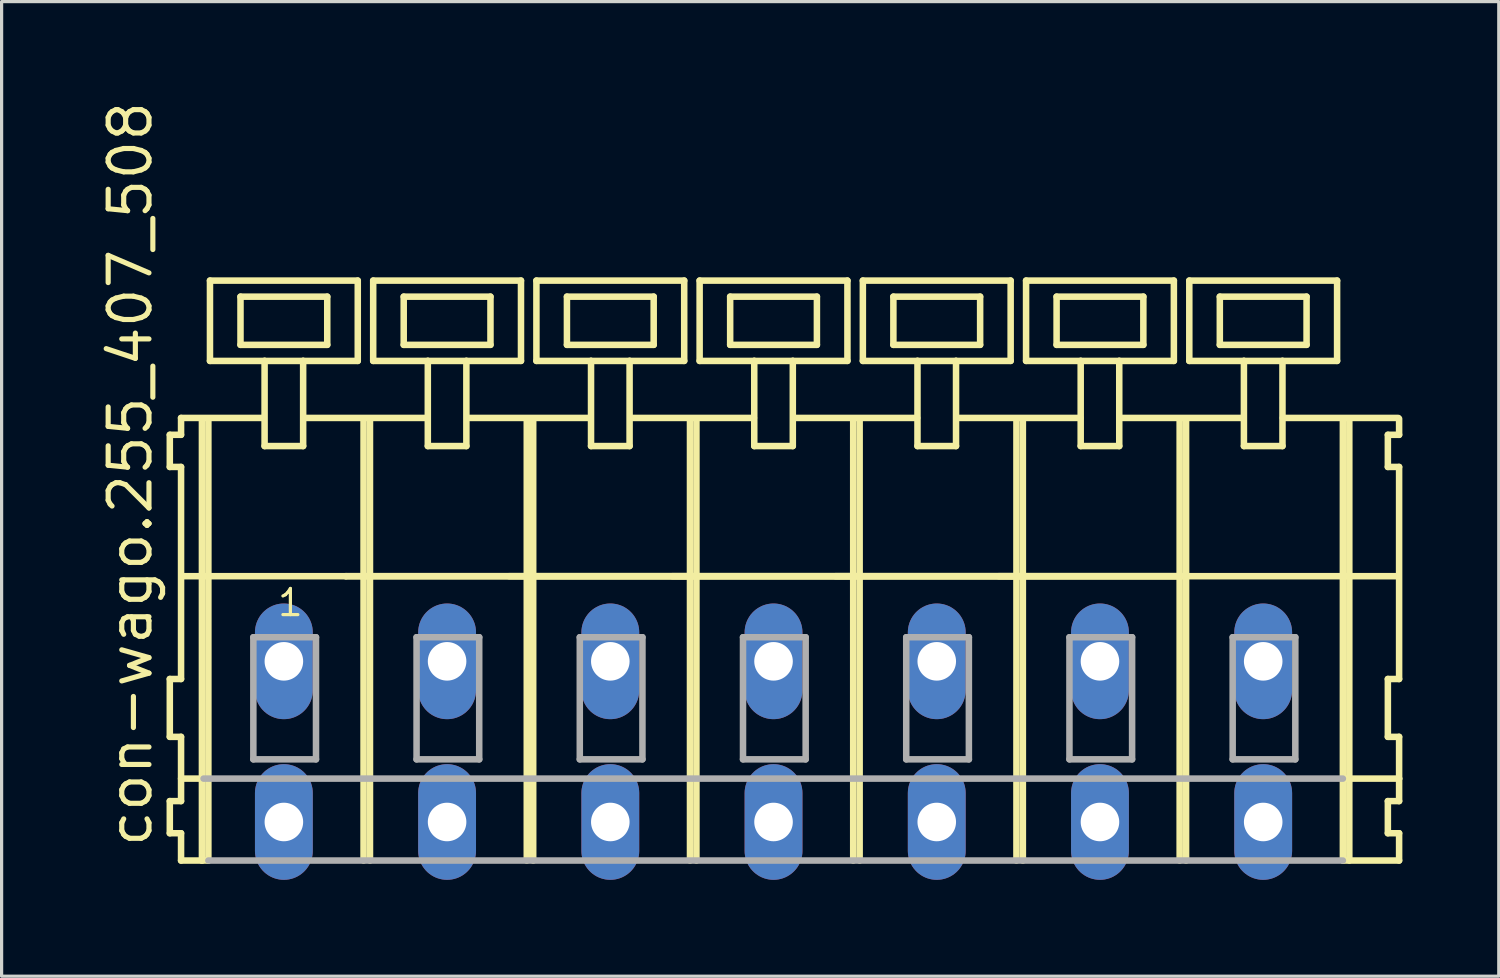
<source format=kicad_pcb>
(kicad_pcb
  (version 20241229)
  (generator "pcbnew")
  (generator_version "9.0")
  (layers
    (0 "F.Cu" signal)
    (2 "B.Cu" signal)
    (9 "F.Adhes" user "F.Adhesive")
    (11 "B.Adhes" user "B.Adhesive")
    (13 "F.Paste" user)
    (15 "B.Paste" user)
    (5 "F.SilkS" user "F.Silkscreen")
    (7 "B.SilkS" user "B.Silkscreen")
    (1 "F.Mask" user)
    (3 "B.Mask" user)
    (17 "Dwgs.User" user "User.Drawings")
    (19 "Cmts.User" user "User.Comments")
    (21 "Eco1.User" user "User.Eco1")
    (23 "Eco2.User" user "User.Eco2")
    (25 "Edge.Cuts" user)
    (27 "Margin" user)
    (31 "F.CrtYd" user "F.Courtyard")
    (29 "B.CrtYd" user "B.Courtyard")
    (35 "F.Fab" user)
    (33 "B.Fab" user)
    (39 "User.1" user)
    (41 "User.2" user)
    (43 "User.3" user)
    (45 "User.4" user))
  (footprint "con-wago.255_407_508"
    (layer "F.Cu")
    (at 18.485 17.533)
    (property "Reference" "con-wago.255_407_508" (at -16.735 5.855 90) (layer "F.SilkS") (effects (font (size 1.27 1.27) (thickness 0.16)) (justify left bottom)))
    (attr through_hole)
    (fp_line (start -16.25 -7.05) (end -16.25 -6.05) (stroke (width 0.203) (type default)) (layer "F.SilkS"))
    (fp_line (start -16.25 -6.05) (end -15.9 -6.05) (stroke (width 0.203) (type default)) (layer "F.SilkS"))
    (fp_line (start -16.25 0.55) (end -16.25 2.35) (stroke (width 0.203) (type default)) (layer "F.SilkS"))
    (fp_line (start -16.25 2.35) (end -15.9 2.35) (stroke (width 0.203) (type default)) (layer "F.SilkS"))
    (fp_line (start -16.25 4.35) (end -16.25 5.35) (stroke (width 0.203) (type default)) (layer "F.SilkS"))
    (fp_line (start -16.25 5.35) (end -15.9 5.35) (stroke (width 0.203) (type default)) (layer "F.SilkS"))
    (fp_line (start -15.9 -7.575) (end -15.9 -7.05) (stroke (width 0.203) (type default)) (layer "F.SilkS"))
    (fp_line (start -15.9 -7.575) (end -13.325 -7.575) (stroke (width 0.203) (type default)) (layer "F.SilkS"))
    (fp_line (start -15.9 -7.05) (end -16.25 -7.05) (stroke (width 0.203) (type default)) (layer "F.SilkS"))
    (fp_line (start -15.9 -6.05) (end -15.9 0.55) (stroke (width 0.203) (type default)) (layer "F.SilkS"))
    (fp_line (start -15.9 0.55) (end -16.25 0.55) (stroke (width 0.203) (type default)) (layer "F.SilkS"))
    (fp_line (start -15.9 2.35) (end -15.9 4.35) (stroke (width 0.203) (type default)) (layer "F.SilkS"))
    (fp_line (start -15.9 3.65) (end -15.2 3.65) (stroke (width 0.203) (type default)) (layer "F.SilkS"))
    (fp_line (start -15.9 4.35) (end -16.25 4.35) (stroke (width 0.203) (type default)) (layer "F.SilkS"))
    (fp_line (start -15.9 5.35) (end -15.9 6.2) (stroke (width 0.203) (type default)) (layer "F.SilkS"))
    (fp_line (start -15.9 6.2) (end -15.25 6.2) (stroke (width 0.203) (type default)) (layer "F.SilkS"))
    (fp_line (start -15.85 -2.65) (end -10.77 -2.65) (stroke (width 0.203) (type default)) (layer "F.SilkS"))
    (fp_line (start -15.25 -7.55) (end -15.25 6.2) (stroke (width 0.203) (type default)) (layer "F.SilkS"))
    (fp_line (start -15.25 6.2) (end -15.05 6.2) (stroke (width 0.203) (type default)) (layer "F.SilkS"))
    (fp_line (start -15.05 -7.55) (end -15.05 6.2) (stroke (width 0.203) (type default)) (layer "F.SilkS"))
    (fp_line (start -15 -11.85) (end -15 -9.35) (stroke (width 0.203) (type default)) (layer "F.SilkS"))
    (fp_line (start -15 -9.35) (end -13.3 -9.35) (stroke (width 0.203) (type default)) (layer "F.SilkS"))
    (fp_line (start -14.05 -11.35) (end -14.05 -9.85) (stroke (width 0.203) (type default)) (layer "F.SilkS"))
    (fp_line (start -14.05 -9.85) (end -11.35 -9.85) (stroke (width 0.203) (type default)) (layer "F.SilkS"))
    (fp_line (start -13.3 -9.35) (end -13.3 -6.7) (stroke (width 0.203) (type default)) (layer "F.SilkS"))
    (fp_line (start -13.3 -9.35) (end -12.1 -9.35) (stroke (width 0.203) (type default)) (layer "F.SilkS"))
    (fp_line (start -13.3 -6.7) (end -12.1 -6.7) (stroke (width 0.203) (type default)) (layer "F.SilkS"))
    (fp_line (start -12.1 -9.35) (end -10.4 -9.35) (stroke (width 0.203) (type default)) (layer "F.SilkS"))
    (fp_line (start -12.1 -6.7) (end -12.1 -9.35) (stroke (width 0.203) (type default)) (layer "F.SilkS"))
    (fp_line (start -12.075 -7.575) (end -8.241 -7.575) (stroke (width 0.203) (type default)) (layer "F.SilkS"))
    (fp_line (start -11.35 -11.35) (end -14.05 -11.35) (stroke (width 0.203) (type default)) (layer "F.SilkS"))
    (fp_line (start -11.35 -9.85) (end -11.35 -11.35) (stroke (width 0.203) (type default)) (layer "F.SilkS"))
    (fp_line (start -10.77 -2.65) (end -10.22 -2.65) (stroke (width 0.203) (type default)) (layer "F.SilkS"))
    (fp_line (start -10.77 -2.65) (end -5.14 -2.65) (stroke (width 0.203) (type default)) (layer "F.SilkS"))
    (fp_line (start -10.4 -11.85) (end -15 -11.85) (stroke (width 0.203) (type default)) (layer "F.SilkS"))
    (fp_line (start -10.4 -9.35) (end -10.4 -11.85) (stroke (width 0.203) (type default)) (layer "F.SilkS"))
    (fp_line (start -10.22 -7.55) (end -10.22 -2.65) (stroke (width 0.203) (type default)) (layer "F.SilkS"))
    (fp_line (start -10.22 -2.65) (end -10.22 6.2) (stroke (width 0.203) (type default)) (layer "F.SilkS"))
    (fp_line (start -10.22 -2.65) (end -5.14 -2.65) (stroke (width 0.203) (type default)) (layer "F.SilkS"))
    (fp_line (start -10.02 -7.55) (end -10.02 6.2) (stroke (width 0.203) (type default)) (layer "F.SilkS"))
    (fp_line (start -9.92 -11.85) (end -9.92 -9.35) (stroke (width 0.203) (type default)) (layer "F.SilkS"))
    (fp_line (start -9.92 -9.35) (end -8.22 -9.35) (stroke (width 0.203) (type default)) (layer "F.SilkS"))
    (fp_line (start -8.97 -11.35) (end -8.97 -9.85) (stroke (width 0.203) (type default)) (layer "F.SilkS"))
    (fp_line (start -8.97 -9.85) (end -6.27 -9.85) (stroke (width 0.203) (type default)) (layer "F.SilkS"))
    (fp_line (start -8.22 -9.35) (end -8.22 -6.7) (stroke (width 0.203) (type default)) (layer "F.SilkS"))
    (fp_line (start -8.22 -9.35) (end -7.02 -9.35) (stroke (width 0.203) (type default)) (layer "F.SilkS"))
    (fp_line (start -8.22 -6.7) (end -7.02 -6.7) (stroke (width 0.203) (type default)) (layer "F.SilkS"))
    (fp_line (start -7.02 -9.35) (end -5.32 -9.35) (stroke (width 0.203) (type default)) (layer "F.SilkS"))
    (fp_line (start -7.02 -6.7) (end -7.02 -9.35) (stroke (width 0.203) (type default)) (layer "F.SilkS"))
    (fp_line (start -6.995 -7.575) (end -3.15 -7.575) (stroke (width 0.203) (type default)) (layer "F.SilkS"))
    (fp_line (start -6.27 -11.35) (end -8.97 -11.35) (stroke (width 0.203) (type default)) (layer "F.SilkS"))
    (fp_line (start -6.27 -9.85) (end -6.27 -11.35) (stroke (width 0.203) (type default)) (layer "F.SilkS"))
    (fp_line (start -5.69 -2.65) (end -0.06 -2.65) (stroke (width 0.203) (type default)) (layer "F.SilkS"))
    (fp_line (start -5.32 -11.85) (end -9.92 -11.85) (stroke (width 0.203) (type default)) (layer "F.SilkS"))
    (fp_line (start -5.32 -9.35) (end -5.32 -11.85) (stroke (width 0.203) (type default)) (layer "F.SilkS"))
    (fp_line (start -5.14 -7.55) (end -5.14 -2.65) (stroke (width 0.203) (type default)) (layer "F.SilkS"))
    (fp_line (start -5.14 -2.65) (end -5.14 6.2) (stroke (width 0.203) (type default)) (layer "F.SilkS"))
    (fp_line (start -5.14 -2.65) (end -0.06 -2.65) (stroke (width 0.203) (type default)) (layer "F.SilkS"))
    (fp_line (start -5.14 -2.65) (end 20.26 -2.65) (stroke (width 0.203) (type default)) (layer "F.SilkS"))
    (fp_line (start -4.94 -7.55) (end -4.94 6.2) (stroke (width 0.203) (type default)) (layer "F.SilkS"))
    (fp_line (start -4.84 -11.85) (end -4.84 -9.35) (stroke (width 0.203) (type default)) (layer "F.SilkS"))
    (fp_line (start -4.84 -9.35) (end -3.14 -9.35) (stroke (width 0.203) (type default)) (layer "F.SilkS"))
    (fp_line (start -3.89 -11.35) (end -3.89 -9.85) (stroke (width 0.203) (type default)) (layer "F.SilkS"))
    (fp_line (start -3.89 -9.85) (end -1.19 -9.85) (stroke (width 0.203) (type default)) (layer "F.SilkS"))
    (fp_line (start -3.14 -9.35) (end -3.14 -6.7) (stroke (width 0.203) (type default)) (layer "F.SilkS"))
    (fp_line (start -3.14 -9.35) (end -1.94 -9.35) (stroke (width 0.203) (type default)) (layer "F.SilkS"))
    (fp_line (start -3.14 -6.7) (end -1.94 -6.7) (stroke (width 0.203) (type default)) (layer "F.SilkS"))
    (fp_line (start -1.94 -9.35) (end -0.24 -9.35) (stroke (width 0.203) (type default)) (layer "F.SilkS"))
    (fp_line (start -1.94 -6.7) (end -1.94 -9.35) (stroke (width 0.203) (type default)) (layer "F.SilkS"))
    (fp_line (start -1.915 -7.575) (end 1.93 -7.575) (stroke (width 0.203) (type default)) (layer "F.SilkS"))
    (fp_line (start -1.19 -11.35) (end -3.89 -11.35) (stroke (width 0.203) (type default)) (layer "F.SilkS"))
    (fp_line (start -1.19 -9.85) (end -1.19 -11.35) (stroke (width 0.203) (type default)) (layer "F.SilkS"))
    (fp_line (start -0.61 -2.65) (end 5.02 -2.65) (stroke (width 0.203) (type default)) (layer "F.SilkS"))
    (fp_line (start -0.24 -11.85) (end -4.84 -11.85) (stroke (width 0.203) (type default)) (layer "F.SilkS"))
    (fp_line (start -0.24 -9.35) (end -0.24 -11.85) (stroke (width 0.203) (type default)) (layer "F.SilkS"))
    (fp_line (start -0.06 -7.55) (end -0.06 -2.65) (stroke (width 0.203) (type default)) (layer "F.SilkS"))
    (fp_line (start -0.06 -2.65) (end -0.06 6.2) (stroke (width 0.203) (type default)) (layer "F.SilkS"))
    (fp_line (start -0.06 -2.65) (end 5.02 -2.65) (stroke (width 0.203) (type default)) (layer "F.SilkS"))
    (fp_line (start 0.14 -7.55) (end 0.14 6.2) (stroke (width 0.203) (type default)) (layer "F.SilkS"))
    (fp_line (start 0.24 -11.85) (end 0.24 -9.35) (stroke (width 0.203) (type default)) (layer "F.SilkS"))
    (fp_line (start 0.24 -9.35) (end 1.94 -9.35) (stroke (width 0.203) (type default)) (layer "F.SilkS"))
    (fp_line (start 1.19 -11.35) (end 1.19 -9.85) (stroke (width 0.203) (type default)) (layer "F.SilkS"))
    (fp_line (start 1.19 -9.85) (end 3.89 -9.85) (stroke (width 0.203) (type default)) (layer "F.SilkS"))
    (fp_line (start 1.94 -9.35) (end 1.94 -6.7) (stroke (width 0.203) (type default)) (layer "F.SilkS"))
    (fp_line (start 1.94 -9.35) (end 3.14 -9.35) (stroke (width 0.203) (type default)) (layer "F.SilkS"))
    (fp_line (start 1.94 -6.7) (end 3.14 -6.7) (stroke (width 0.203) (type default)) (layer "F.SilkS"))
    (fp_line (start 3.14 -9.35) (end 4.84 -9.35) (stroke (width 0.203) (type default)) (layer "F.SilkS"))
    (fp_line (start 3.14 -6.7) (end 3.14 -9.35) (stroke (width 0.203) (type default)) (layer "F.SilkS"))
    (fp_line (start 3.165 -7.575) (end 7.01 -7.575) (stroke (width 0.203) (type default)) (layer "F.SilkS"))
    (fp_line (start 3.89 -11.35) (end 1.19 -11.35) (stroke (width 0.203) (type default)) (layer "F.SilkS"))
    (fp_line (start 3.89 -9.85) (end 3.89 -11.35) (stroke (width 0.203) (type default)) (layer "F.SilkS"))
    (fp_line (start 4.47 -2.65) (end 10.1 -2.65) (stroke (width 0.203) (type default)) (layer "F.SilkS"))
    (fp_line (start 4.84 -11.85) (end 0.24 -11.85) (stroke (width 0.203) (type default)) (layer "F.SilkS"))
    (fp_line (start 4.84 -9.35) (end 4.84 -11.85) (stroke (width 0.203) (type default)) (layer "F.SilkS"))
    (fp_line (start 5.02 -7.55) (end 5.02 -2.65) (stroke (width 0.203) (type default)) (layer "F.SilkS"))
    (fp_line (start 5.02 -2.65) (end 5.02 6.2) (stroke (width 0.203) (type default)) (layer "F.SilkS"))
    (fp_line (start 5.02 -2.65) (end 10.1 -2.65) (stroke (width 0.203) (type default)) (layer "F.SilkS"))
    (fp_line (start 5.22 -7.55) (end 5.22 6.2) (stroke (width 0.203) (type default)) (layer "F.SilkS"))
    (fp_line (start 5.32 -11.85) (end 5.32 -9.35) (stroke (width 0.203) (type default)) (layer "F.SilkS"))
    (fp_line (start 5.32 -9.35) (end 7.02 -9.35) (stroke (width 0.203) (type default)) (layer "F.SilkS"))
    (fp_line (start 6.27 -11.35) (end 6.27 -9.85) (stroke (width 0.203) (type default)) (layer "F.SilkS"))
    (fp_line (start 6.27 -9.85) (end 8.97 -9.85) (stroke (width 0.203) (type default)) (layer "F.SilkS"))
    (fp_line (start 7.02 -9.35) (end 7.02 -6.7) (stroke (width 0.203) (type default)) (layer "F.SilkS"))
    (fp_line (start 7.02 -9.35) (end 8.22 -9.35) (stroke (width 0.203) (type default)) (layer "F.SilkS"))
    (fp_line (start 7.02 -6.7) (end 8.22 -6.7) (stroke (width 0.203) (type default)) (layer "F.SilkS"))
    (fp_line (start 8.22 -9.35) (end 9.92 -9.35) (stroke (width 0.203) (type default)) (layer "F.SilkS"))
    (fp_line (start 8.22 -6.7) (end 8.22 -9.35) (stroke (width 0.203) (type default)) (layer "F.SilkS"))
    (fp_line (start 8.245 -7.575) (end 12.09 -7.575) (stroke (width 0.203) (type default)) (layer "F.SilkS"))
    (fp_line (start 8.97 -11.35) (end 6.27 -11.35) (stroke (width 0.203) (type default)) (layer "F.SilkS"))
    (fp_line (start 8.97 -9.85) (end 8.97 -11.35) (stroke (width 0.203) (type default)) (layer "F.SilkS"))
    (fp_line (start 9.55 -2.65) (end 15.18 -2.65) (stroke (width 0.203) (type default)) (layer "F.SilkS"))
    (fp_line (start 9.92 -11.85) (end 5.32 -11.85) (stroke (width 0.203) (type default)) (layer "F.SilkS"))
    (fp_line (start 9.92 -9.35) (end 9.92 -11.85) (stroke (width 0.203) (type default)) (layer "F.SilkS"))
    (fp_line (start 10.1 -7.55) (end 10.1 -2.65) (stroke (width 0.203) (type default)) (layer "F.SilkS"))
    (fp_line (start 10.1 -2.65) (end 10.1 6.2) (stroke (width 0.203) (type default)) (layer "F.SilkS"))
    (fp_line (start 10.1 -2.65) (end 15.18 -2.65) (stroke (width 0.203) (type default)) (layer "F.SilkS"))
    (fp_line (start 10.3 -7.55) (end 10.3 6.2) (stroke (width 0.203) (type default)) (layer "F.SilkS"))
    (fp_line (start 10.4 -11.85) (end 10.4 -9.35) (stroke (width 0.203) (type default)) (layer "F.SilkS"))
    (fp_line (start 10.4 -9.35) (end 12.1 -9.35) (stroke (width 0.203) (type default)) (layer "F.SilkS"))
    (fp_line (start 11.35 -11.35) (end 11.35 -9.85) (stroke (width 0.203) (type default)) (layer "F.SilkS"))
    (fp_line (start 11.35 -9.85) (end 14.05 -9.85) (stroke (width 0.203) (type default)) (layer "F.SilkS"))
    (fp_line (start 12.1 -9.35) (end 12.1 -6.7) (stroke (width 0.203) (type default)) (layer "F.SilkS"))
    (fp_line (start 12.1 -9.35) (end 13.3 -9.35) (stroke (width 0.203) (type default)) (layer "F.SilkS"))
    (fp_line (start 12.1 -6.7) (end 13.3 -6.7) (stroke (width 0.203) (type default)) (layer "F.SilkS"))
    (fp_line (start 13.3 -9.35) (end 15 -9.35) (stroke (width 0.203) (type default)) (layer "F.SilkS"))
    (fp_line (start 13.3 -6.7) (end 13.3 -9.35) (stroke (width 0.203) (type default)) (layer "F.SilkS"))
    (fp_line (start 13.325 -7.575) (end 17.17 -7.575) (stroke (width 0.203) (type default)) (layer "F.SilkS"))
    (fp_line (start 14.05 -11.35) (end 11.35 -11.35) (stroke (width 0.203) (type default)) (layer "F.SilkS"))
    (fp_line (start 14.05 -9.85) (end 14.05 -11.35) (stroke (width 0.203) (type default)) (layer "F.SilkS"))
    (fp_line (start 15 -11.85) (end 10.4 -11.85) (stroke (width 0.203) (type default)) (layer "F.SilkS"))
    (fp_line (start 15 -9.35) (end 15 -11.85) (stroke (width 0.203) (type default)) (layer "F.SilkS"))
    (fp_line (start 15.18 -7.55) (end 15.18 -2.65) (stroke (width 0.203) (type default)) (layer "F.SilkS"))
    (fp_line (start 15.18 -2.65) (end 15.18 6.2) (stroke (width 0.203) (type default)) (layer "F.SilkS"))
    (fp_line (start 15.38 -7.55) (end 15.38 6.2) (stroke (width 0.203) (type default)) (layer "F.SilkS"))
    (fp_line (start 15.48 -11.85) (end 15.48 -9.35) (stroke (width 0.203) (type default)) (layer "F.SilkS"))
    (fp_line (start 15.48 -9.35) (end 17.18 -9.35) (stroke (width 0.203) (type default)) (layer "F.SilkS"))
    (fp_line (start 16.43 -11.35) (end 16.43 -9.85) (stroke (width 0.203) (type default)) (layer "F.SilkS"))
    (fp_line (start 16.43 -9.85) (end 19.13 -9.85) (stroke (width 0.203) (type default)) (layer "F.SilkS"))
    (fp_line (start 17.18 -9.35) (end 17.18 -6.7) (stroke (width 0.203) (type default)) (layer "F.SilkS"))
    (fp_line (start 17.18 -9.35) (end 18.38 -9.35) (stroke (width 0.203) (type default)) (layer "F.SilkS"))
    (fp_line (start 17.18 -6.7) (end 18.38 -6.7) (stroke (width 0.203) (type default)) (layer "F.SilkS"))
    (fp_line (start 18.38 -9.35) (end 20.08 -9.35) (stroke (width 0.203) (type default)) (layer "F.SilkS"))
    (fp_line (start 18.38 -6.7) (end 18.38 -9.35) (stroke (width 0.203) (type default)) (layer "F.SilkS"))
    (fp_line (start 18.39 -7.575) (end 21.985 -7.575) (stroke (width 0.203) (type default)) (layer "F.SilkS"))
    (fp_line (start 19.13 -11.35) (end 16.43 -11.35) (stroke (width 0.203) (type default)) (layer "F.SilkS"))
    (fp_line (start 19.13 -9.85) (end 19.13 -11.35) (stroke (width 0.203) (type default)) (layer "F.SilkS"))
    (fp_line (start 20.08 -11.85) (end 15.48 -11.85) (stroke (width 0.203) (type default)) (layer "F.SilkS"))
    (fp_line (start 20.08 -9.35) (end 20.08 -11.85) (stroke (width 0.203) (type default)) (layer "F.SilkS"))
    (fp_line (start 20.26 -7.55) (end 20.26 -2.65) (stroke (width 0.203) (type default)) (layer "F.SilkS"))
    (fp_line (start 20.26 -2.65) (end 20.26 6.2) (stroke (width 0.203) (type default)) (layer "F.SilkS"))
    (fp_line (start 20.26 -2.65) (end 21.96 -2.65) (stroke (width 0.203) (type default)) (layer "F.SilkS"))
    (fp_line (start 20.26 6.2) (end 22.01 6.2) (stroke (width 0.203) (type default)) (layer "F.SilkS"))
    (fp_line (start 20.31 3.65) (end 22.01 3.65) (stroke (width 0.203) (type default)) (layer "F.SilkS"))
    (fp_line (start 20.46 -7.55) (end 20.46 6.2) (stroke (width 0.203) (type default)) (layer "F.SilkS"))
    (fp_line (start 21.66 -7.05) (end 21.66 -6.05) (stroke (width 0.203) (type default)) (layer "F.SilkS"))
    (fp_line (start 21.66 -6.05) (end 22.01 -6.05) (stroke (width 0.203) (type default)) (layer "F.SilkS"))
    (fp_line (start 21.66 0.55) (end 21.66 2.35) (stroke (width 0.203) (type default)) (layer "F.SilkS"))
    (fp_line (start 21.66 2.35) (end 22.01 2.35) (stroke (width 0.203) (type default)) (layer "F.SilkS"))
    (fp_line (start 21.66 4.35) (end 21.66 5.35) (stroke (width 0.203) (type default)) (layer "F.SilkS"))
    (fp_line (start 21.66 5.35) (end 22.01 5.35) (stroke (width 0.203) (type default)) (layer "F.SilkS"))
    (fp_line (start 22.01 -7.05) (end 21.66 -7.05) (stroke (width 0.203) (type default)) (layer "F.SilkS"))
    (fp_line (start 22.01 -7.05) (end 22.01 -7.55) (stroke (width 0.203) (type default)) (layer "F.SilkS"))
    (fp_line (start 22.01 0.55) (end 21.66 0.55) (stroke (width 0.203) (type default)) (layer "F.SilkS"))
    (fp_line (start 22.01 0.55) (end 22.01 -6.05) (stroke (width 0.203) (type default)) (layer "F.SilkS"))
    (fp_line (start 22.01 3.65) (end 22.01 2.35) (stroke (width 0.203) (type default)) (layer "F.SilkS"))
    (fp_line (start 22.01 4.35) (end 21.66 4.35) (stroke (width 0.203) (type default)) (layer "F.SilkS"))
    (fp_line (start 22.01 4.35) (end 22.01 3.65) (stroke (width 0.203) (type default)) (layer "F.SilkS"))
    (fp_line (start 22.01 6.2) (end 22.01 5.35) (stroke (width 0.203) (type default)) (layer "F.SilkS"))
    (fp_line (start -15.2 3.65) (end 20.26 3.65) (stroke (width 0.203) (type default)) (layer "F.Fab"))
    (fp_line (start -15.05 6.2) (end 20.26 6.2) (stroke (width 0.203) (type default)) (layer "F.Fab"))
    (fp_line (start -13.65 -0.75) (end -13.65 3.05) (stroke (width 0.203) (type default)) (layer "F.Fab"))
    (fp_line (start -13.65 3.05) (end -11.7 3.05) (stroke (width 0.203) (type default)) (layer "F.Fab"))
    (fp_line (start -11.7 -0.75) (end -13.65 -0.75) (stroke (width 0.203) (type default)) (layer "F.Fab"))
    (fp_line (start -11.7 3.05) (end -11.7 -0.75) (stroke (width 0.203) (type default)) (layer "F.Fab"))
    (fp_line (start -8.57 -0.75) (end -8.57 3.05) (stroke (width 0.203) (type default)) (layer "F.Fab"))
    (fp_line (start -8.57 3.05) (end -6.62 3.05) (stroke (width 0.203) (type default)) (layer "F.Fab"))
    (fp_line (start -6.62 -0.75) (end -8.57 -0.75) (stroke (width 0.203) (type default)) (layer "F.Fab"))
    (fp_line (start -6.62 3.05) (end -6.62 -0.75) (stroke (width 0.203) (type default)) (layer "F.Fab"))
    (fp_line (start -3.49 -0.75) (end -3.49 3.05) (stroke (width 0.203) (type default)) (layer "F.Fab"))
    (fp_line (start -3.49 3.05) (end -1.54 3.05) (stroke (width 0.203) (type default)) (layer "F.Fab"))
    (fp_line (start -1.54 -0.75) (end -3.49 -0.75) (stroke (width 0.203) (type default)) (layer "F.Fab"))
    (fp_line (start -1.54 3.05) (end -1.54 -0.75) (stroke (width 0.203) (type default)) (layer "F.Fab"))
    (fp_line (start 1.59 -0.75) (end 1.59 3.05) (stroke (width 0.203) (type default)) (layer "F.Fab"))
    (fp_line (start 1.59 3.05) (end 3.54 3.05) (stroke (width 0.203) (type default)) (layer "F.Fab"))
    (fp_line (start 3.54 -0.75) (end 1.59 -0.75) (stroke (width 0.203) (type default)) (layer "F.Fab"))
    (fp_line (start 3.54 3.05) (end 3.54 -0.75) (stroke (width 0.203) (type default)) (layer "F.Fab"))
    (fp_line (start 6.67 -0.75) (end 6.67 3.05) (stroke (width 0.203) (type default)) (layer "F.Fab"))
    (fp_line (start 6.67 3.05) (end 8.62 3.05) (stroke (width 0.203) (type default)) (layer "F.Fab"))
    (fp_line (start 8.62 -0.75) (end 6.67 -0.75) (stroke (width 0.203) (type default)) (layer "F.Fab"))
    (fp_line (start 8.62 3.05) (end 8.62 -0.75) (stroke (width 0.203) (type default)) (layer "F.Fab"))
    (fp_line (start 11.75 -0.75) (end 11.75 3.05) (stroke (width 0.203) (type default)) (layer "F.Fab"))
    (fp_line (start 11.75 3.05) (end 13.7 3.05) (stroke (width 0.203) (type default)) (layer "F.Fab"))
    (fp_line (start 13.7 -0.75) (end 11.75 -0.75) (stroke (width 0.203) (type default)) (layer "F.Fab"))
    (fp_line (start 13.7 3.05) (end 13.7 -0.75) (stroke (width 0.203) (type default)) (layer "F.Fab"))
    (fp_line (start 16.83 -0.75) (end 16.83 3.05) (stroke (width 0.203) (type default)) (layer "F.Fab"))
    (fp_line (start 16.83 3.05) (end 18.78 3.05) (stroke (width 0.203) (type default)) (layer "F.Fab"))
    (fp_line (start 18.78 -0.75) (end 16.83 -0.75) (stroke (width 0.203) (type default)) (layer "F.Fab"))
    (fp_line (start 18.78 3.05) (end 18.78 -0.75) (stroke (width 0.203) (type default)) (layer "F.Fab"))
    (fp_text user "1" (at -12.95 -1.35 0) (layer "F.SilkS") (effects (font (size 0.813 0.813) (thickness 0.1)) (justify left bottom)))
    (pad "A1" thru_hole oval (at -12.7 0 90) (size 3.6 1.8) (drill 1.2) (layers "*.Cu" "*.Mask"))
    (pad "A2" thru_hole oval (at -7.62 0 90) (size 3.6 1.8) (drill 1.2) (layers "*.Cu" "*.Mask"))
    (pad "A3" thru_hole oval (at -2.54 0 90) (size 3.6 1.8) (drill 1.2) (layers "*.Cu" "*.Mask"))
    (pad "A4" thru_hole oval (at 2.54 0 90) (size 3.6 1.8) (drill 1.2) (layers "*.Cu" "*.Mask"))
    (pad "A5" thru_hole oval (at 7.62 0 90) (size 3.6 1.8) (drill 1.2) (layers "*.Cu" "*.Mask"))
    (pad "A6" thru_hole oval (at 12.7 0 90) (size 3.6 1.8) (drill 1.2) (layers "*.Cu" "*.Mask"))
    (pad "A7" thru_hole oval (at 17.78 0 90) (size 3.6 1.8) (drill 1.2) (layers "*.Cu" "*.Mask"))
    (pad "B1" thru_hole oval (at -12.7 5 90) (size 3.6 1.8) (drill 1.2) (layers "*.Cu" "*.Mask"))
    (pad "B2" thru_hole oval (at -7.62 5 90) (size 3.6 1.8) (drill 1.2) (layers "*.Cu" "*.Mask"))
    (pad "B3" thru_hole oval (at -2.54 5 90) (size 3.6 1.8) (drill 1.2) (layers "*.Cu" "*.Mask"))
    (pad "B4" thru_hole oval (at 2.54 5 90) (size 3.6 1.8) (drill 1.2) (layers "*.Cu" "*.Mask"))
    (pad "B5" thru_hole oval (at 7.62 5 90) (size 3.6 1.8) (drill 1.2) (layers "*.Cu" "*.Mask"))
    (pad "B6" thru_hole oval (at 12.7 5 90) (size 3.6 1.8) (drill 1.2) (layers "*.Cu" "*.Mask"))
    (pad "B7" thru_hole oval (at 17.78 5 90) (size 3.6 1.8) (drill 1.2) (layers "*.Cu" "*.Mask")))
  (gr_rect
    (start -3 -3)
    (end 43.597 27.333)
    (stroke (width 0.1) (type default))
    (fill no)
    (layer "Edge.Cuts")))
</source>
